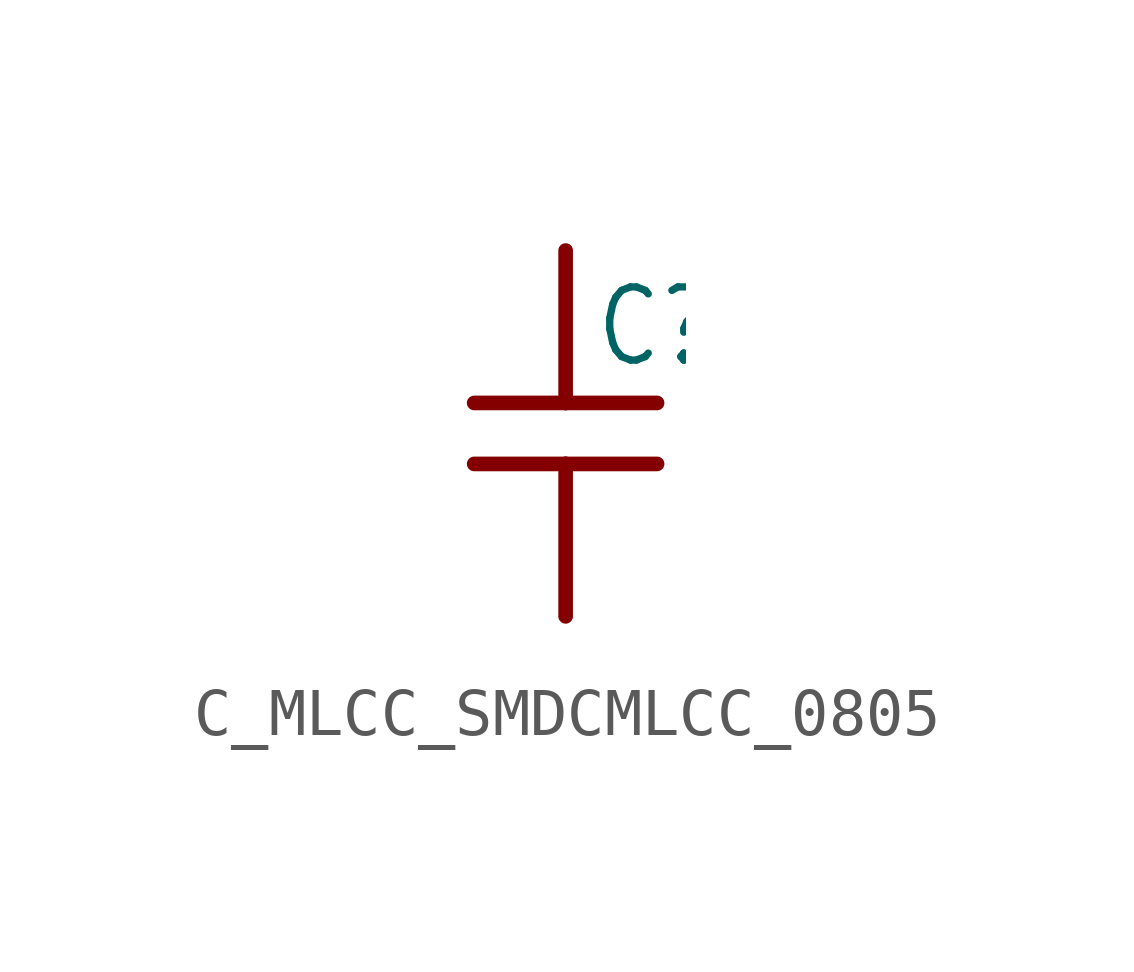
<source format=kicad_sym>
(kicad_symbol_lib
  (version 20231120)
  (generator "kicad_symbol_editor")
  (generator_version "8.0")
  (symbol "C_MLCC_SMDCMLCC_0805"
    (property "Reference" "C"
      (at 0.572 0.064 0)
      (effects (font (size 1.524 1.295)) (justify left bottom)))
    (property "Value" ""
      (at 0.572 -4.381 0)
      (effects (font (size 1.524 1.295)) (justify left bottom)))
    (property "ki_locked" ""
      (at 0 0 0)
      (effects (font (size 1.27 1.27))))
    (symbol "C_MLCC_SMDCMLCC_0805_1_0"
      (polyline (pts (xy -1.905 -1.905) (xy 0 -1.905)) (stroke (width 0.305) (type solid)) (fill (type none)))
      (polyline (pts (xy 0 -1.905) (xy 0 -5.08)) (stroke (width 0.305) (type solid)) (fill (type none)))
      (polyline (pts (xy 0 -1.905) (xy 1.905 -1.905)) (stroke (width 0.305) (type solid)) (fill (type none)))
      (polyline (pts (xy 0 -0.635) (xy -1.905 -0.635)) (stroke (width 0.305) (type solid)) (fill (type none)))
      (polyline (pts (xy 0 -0.635) (xy 0 2.54)) (stroke (width 0.305) (type solid)) (fill (type none)))
      (polyline (pts (xy 1.905 -0.635) (xy 0 -0.635)) (stroke (width 0.305) (type solid)) (fill (type none)))
      (pin passive line (at 0 2.54 270) (length 0) (name "1" (effects (font (size 0 0)))) (number "P$1" (effects (font (size 0 0)))))
      (pin passive line (at 0 -5.08 90) (length 0) (name "2" (effects (font (size 0 0)))) (number "P$2" (effects (font (size 0 0))))))))
</source>
